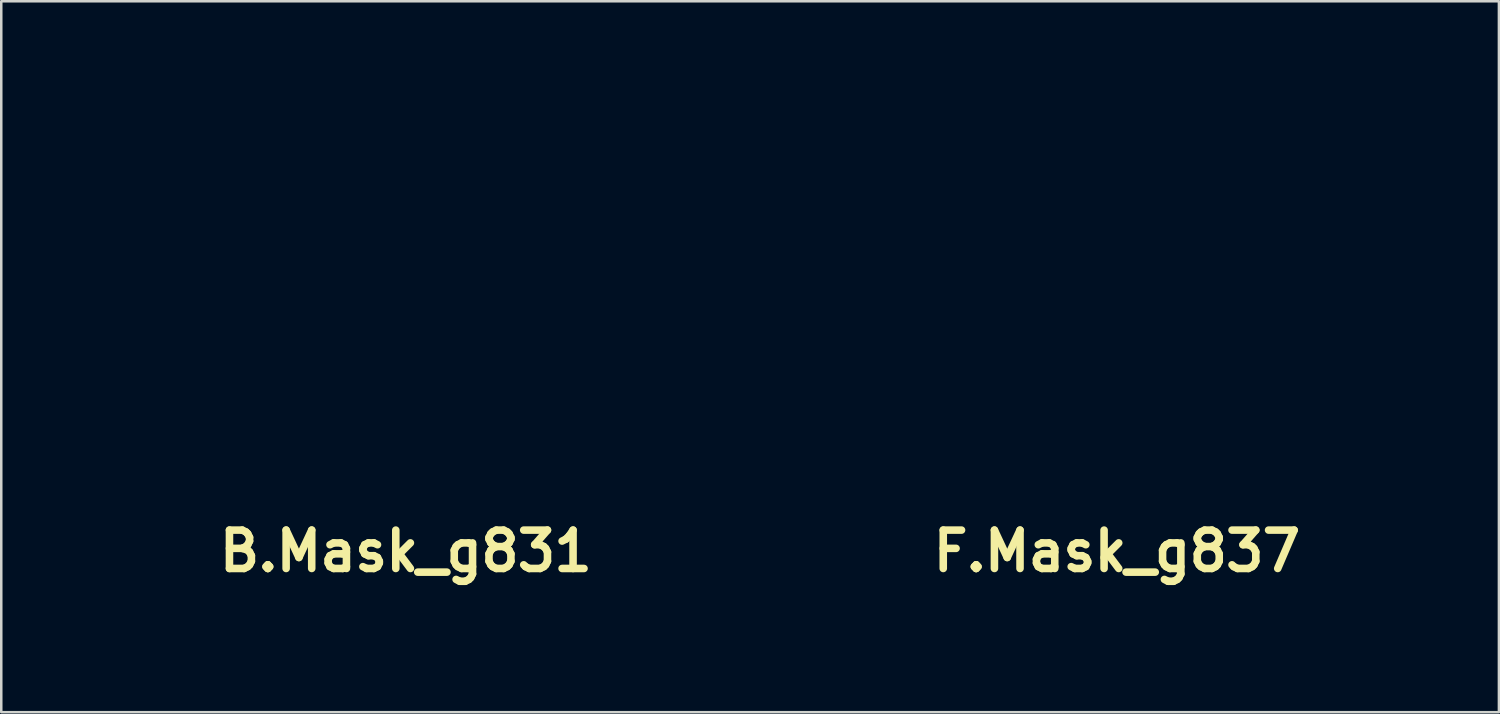
<source format=kicad_pcb>
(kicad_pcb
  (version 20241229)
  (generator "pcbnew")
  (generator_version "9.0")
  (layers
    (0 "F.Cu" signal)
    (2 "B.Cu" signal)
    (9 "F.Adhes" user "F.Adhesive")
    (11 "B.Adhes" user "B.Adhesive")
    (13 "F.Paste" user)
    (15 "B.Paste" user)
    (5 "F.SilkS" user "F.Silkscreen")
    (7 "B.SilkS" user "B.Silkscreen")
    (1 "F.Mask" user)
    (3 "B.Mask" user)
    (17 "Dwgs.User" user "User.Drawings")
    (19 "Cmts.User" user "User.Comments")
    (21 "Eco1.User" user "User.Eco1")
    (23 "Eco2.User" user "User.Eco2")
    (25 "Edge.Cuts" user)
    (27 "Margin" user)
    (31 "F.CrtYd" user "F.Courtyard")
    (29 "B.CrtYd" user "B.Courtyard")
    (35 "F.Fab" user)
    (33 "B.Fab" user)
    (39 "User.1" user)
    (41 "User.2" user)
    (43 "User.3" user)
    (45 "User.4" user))
  (footprint "B.Mask_g831"
    (layer "F.Cu")
    (at 13.065 18.834)
    (property "Reference" "B.Mask_g831" (at 0 0 0) (layer "F.SilkS") (effects (font (size 1.524 1.524) (thickness 0.3))))
    (attr through_hole)
    (fp_poly (pts (xy 5.907 -14.11) (xy 6.539 -13.617) (xy 7.154 -13.138) (xy 7.748 -12.674) (xy 8.319 -12.23) (xy 8.862 -11.806) (xy 9.374 -11.407) (xy 9.853 -11.035) (xy 10.293 -10.691) (xy 10.693 -10.38) (xy 11.049 -10.103) (xy 11.357 -9.863) (xy 11.613 -9.664) (xy 11.816 -9.506) (xy 11.96 -9.394) (xy 12.043 -9.33) (xy 12.062 -9.315) (xy 12.165 -9.24) (xy 8.679 -3.001) (xy 8.303 -2.327) (xy 7.937 -1.672) (xy 7.584 -1.042) (xy 7.246 -0.438) (xy 6.926 0.134) (xy 6.625 0.67) (xy 6.345 1.168) (xy 6.09 1.623) (xy 5.86 2.032) (xy 5.658 2.389) (xy 5.487 2.693) (xy 5.348 2.938) (xy 5.244 3.121) (xy 5.176 3.238) (xy 5.148 3.286) (xy 5.147 3.286) (xy 5.115 3.294) (xy 5.031 3.301) (xy 4.893 3.307) (xy 4.697 3.314) (xy 4.443 3.32) (xy 4.126 3.325) (xy 3.745 3.331) (xy 3.296 3.336) (xy 2.778 3.341) (xy 2.187 3.345) (xy 1.522 3.35) (xy 0.779 3.355) (xy -0.044 3.359) (xy -0.762 3.363) (xy -6.625 3.391) (xy -9.842 -2.793) (xy -10.194 -3.469) (xy -10.535 -4.125) (xy -10.863 -4.756) (xy -11.176 -5.36) (xy -11.473 -5.931) (xy -11.75 -6.467) (xy -12.006 -6.962) (xy -12.24 -7.414) (xy -12.449 -7.817) (xy -12.63 -8.169) (xy -12.782 -8.466) (xy -12.903 -8.702) (xy -12.991 -8.875) (xy -13.044 -8.981) (xy -13.06 -9.014) (xy -13.032 -9.04) (xy -12.95 -9.107) (xy -12.811 -9.216) (xy -12.616 -9.367) (xy -12.363 -9.562) (xy -12.053 -9.8) (xy -11.684 -10.082) (xy -11.255 -10.409) (xy -10.767 -10.781) (xy -10.218 -11.198) (xy -9.608 -11.662) (xy -8.937 -12.172) (xy -8.202 -12.729) (xy -7.405 -13.334) (xy -6.544 -13.986) (xy -5.618 -14.688) (xy -4.627 -15.438) (xy -3.57 -16.238) (xy -2.447 -17.088) (xy -1.502 -17.803) (xy -0.146 -18.829) (xy 5.907 -14.11)) (stroke (width 0.01) (type solid)) (fill yes) (layer "B.Mask")))
  (footprint "F.Mask_g837"
    (layer "F.Cu")
    (at 41.3 18.834)
    (property "Reference" "F.Mask_g837" (at 0 0 0) (layer "F.SilkS") (effects (font (size 1.524 1.524) (thickness 0.3))))
    (attr through_hole)
    (fp_poly (pts (xy 5.907 -14.11) (xy 6.539 -13.617) (xy 7.154 -13.138) (xy 7.748 -12.674) (xy 8.319 -12.23) (xy 8.862 -11.806) (xy 9.374 -11.407) (xy 9.853 -11.035) (xy 10.293 -10.691) (xy 10.693 -10.38) (xy 11.049 -10.103) (xy 11.357 -9.863) (xy 11.613 -9.664) (xy 11.816 -9.506) (xy 11.96 -9.394) (xy 12.043 -9.33) (xy 12.062 -9.315) (xy 12.165 -9.24) (xy 8.679 -3.001) (xy 8.303 -2.327) (xy 7.937 -1.672) (xy 7.584 -1.042) (xy 7.246 -0.438) (xy 6.926 0.134) (xy 6.625 0.67) (xy 6.345 1.168) (xy 6.09 1.623) (xy 5.86 2.032) (xy 5.658 2.389) (xy 5.487 2.693) (xy 5.348 2.938) (xy 5.244 3.121) (xy 5.176 3.238) (xy 5.148 3.286) (xy 5.147 3.286) (xy 5.115 3.294) (xy 5.031 3.301) (xy 4.893 3.307) (xy 4.697 3.314) (xy 4.443 3.32) (xy 4.126 3.325) (xy 3.745 3.331) (xy 3.296 3.336) (xy 2.778 3.341) (xy 2.187 3.345) (xy 1.522 3.35) (xy 0.779 3.355) (xy -0.044 3.359) (xy -0.762 3.363) (xy -6.625 3.391) (xy -9.842 -2.793) (xy -10.194 -3.469) (xy -10.535 -4.125) (xy -10.863 -4.756) (xy -11.176 -5.36) (xy -11.473 -5.931) (xy -11.75 -6.467) (xy -12.006 -6.962) (xy -12.24 -7.414) (xy -12.449 -7.817) (xy -12.63 -8.169) (xy -12.782 -8.466) (xy -12.903 -8.702) (xy -12.991 -8.875) (xy -13.044 -8.981) (xy -13.06 -9.014) (xy -13.032 -9.04) (xy -12.95 -9.107) (xy -12.811 -9.216) (xy -12.616 -9.367) (xy -12.363 -9.562) (xy -12.053 -9.8) (xy -11.684 -10.082) (xy -11.255 -10.409) (xy -10.767 -10.781) (xy -10.218 -11.198) (xy -9.608 -11.662) (xy -8.937 -12.172) (xy -8.202 -12.729) (xy -7.405 -13.334) (xy -6.544 -13.986) (xy -5.618 -14.688) (xy -4.627 -15.438) (xy -3.57 -16.238) (xy -2.447 -17.088) (xy -1.502 -17.803) (xy -0.146 -18.829) (xy 5.907 -14.11)) (stroke (width 0.01) (type solid)) (fill yes) (layer "F.Mask")))
  (gr_rect
    (start -3 -3)
    (end 56.47 25.23)
    (stroke (width 0.1) (type default))
    (fill no)
    (layer "Edge.Cuts")))
</source>
